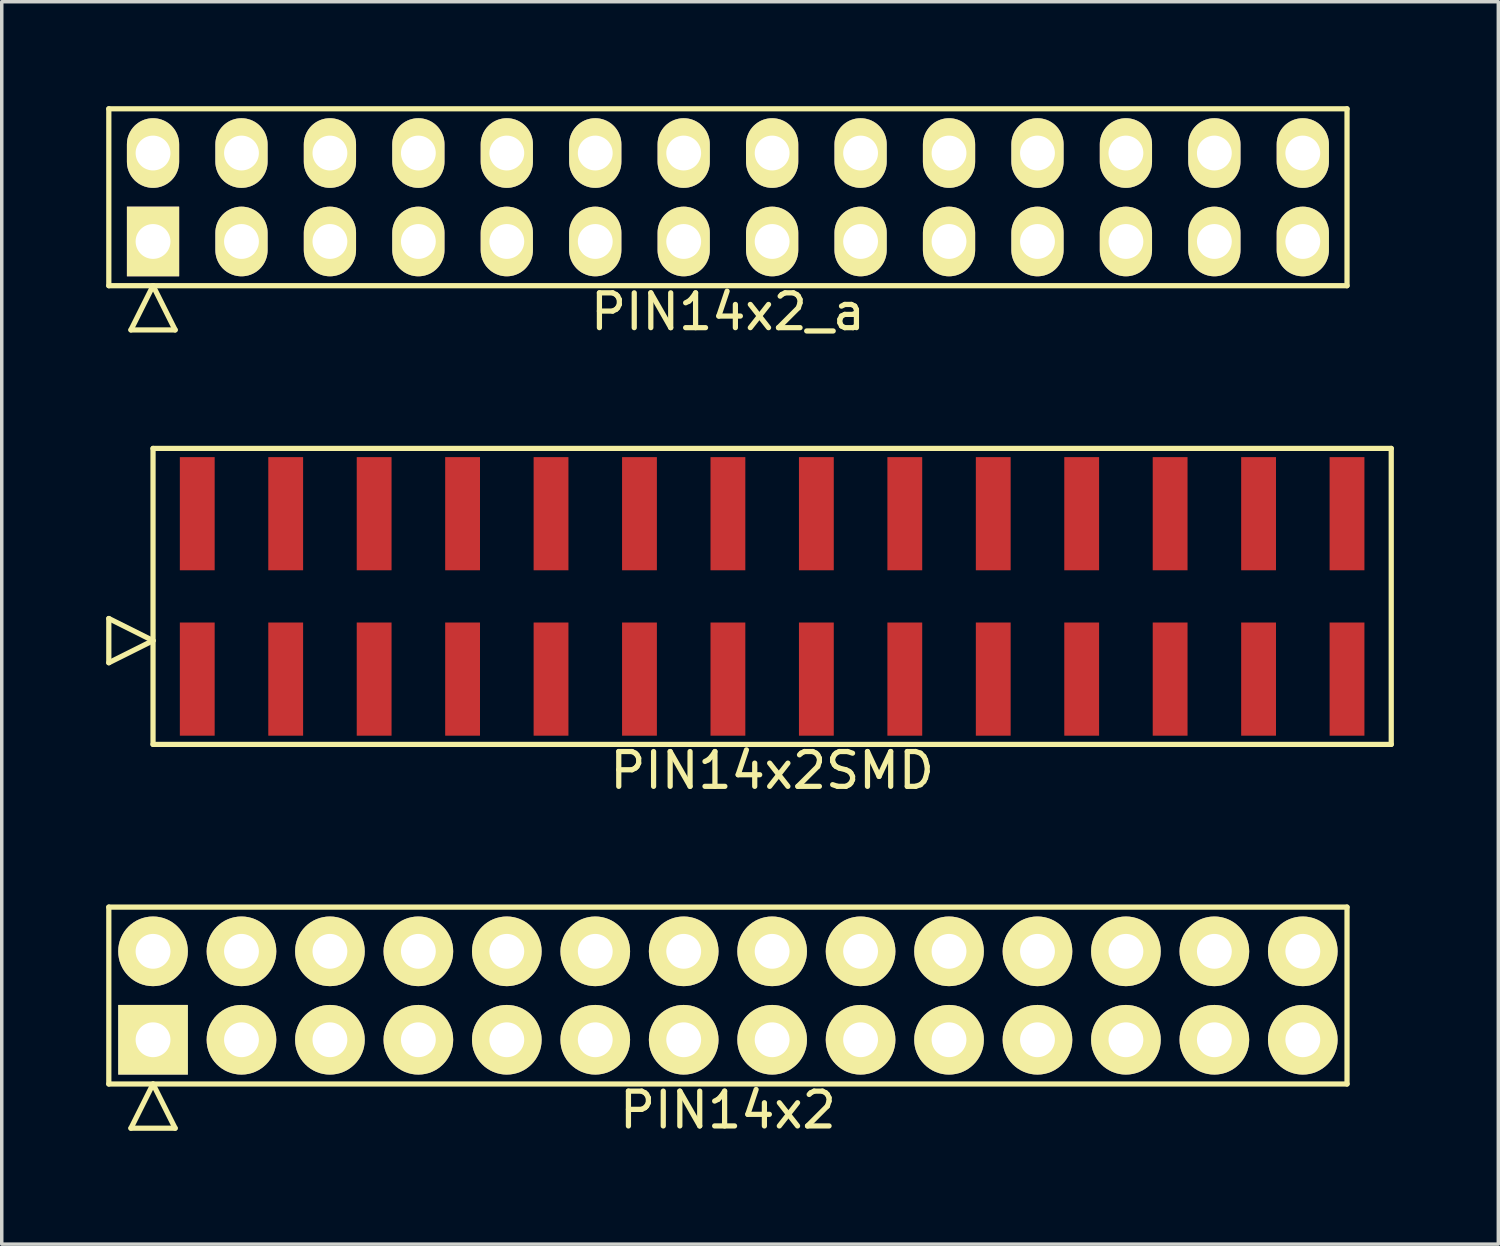
<source format=kicad_pcb>
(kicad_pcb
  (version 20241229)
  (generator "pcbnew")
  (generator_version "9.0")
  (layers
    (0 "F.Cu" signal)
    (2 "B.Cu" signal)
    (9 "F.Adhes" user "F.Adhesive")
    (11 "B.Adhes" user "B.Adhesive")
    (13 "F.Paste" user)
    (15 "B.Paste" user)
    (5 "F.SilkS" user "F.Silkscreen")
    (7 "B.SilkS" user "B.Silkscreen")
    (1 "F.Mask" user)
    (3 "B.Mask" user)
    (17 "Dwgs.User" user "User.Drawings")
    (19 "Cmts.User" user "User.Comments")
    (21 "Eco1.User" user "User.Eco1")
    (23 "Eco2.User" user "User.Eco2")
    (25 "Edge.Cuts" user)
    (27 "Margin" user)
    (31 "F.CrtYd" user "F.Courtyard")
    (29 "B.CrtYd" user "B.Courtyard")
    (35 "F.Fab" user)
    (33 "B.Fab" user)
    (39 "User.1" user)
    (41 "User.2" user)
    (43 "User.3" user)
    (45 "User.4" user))
  (footprint "PIN14x2"
    (layer "F.Cu")
    (at 17.855 25.541)
    (property "Reference" "PIN14x2" (at 0 3.29 0) (layer "F.SilkS") (effects (font (size 1 1) (thickness 0.15))))
    (attr through_hole)
    (fp_line (start -17.78 -2.54) (end -17.78 2.54) (stroke (width 0.15) (type solid)) (layer "F.SilkS"))
    (fp_line (start -17.78 2.54) (end 17.78 2.54) (stroke (width 0.15) (type solid)) (layer "F.SilkS"))
    (fp_line (start -17.145 3.81) (end -16.51 2.54) (stroke (width 0.15) (type solid)) (layer "F.SilkS"))
    (fp_line (start -17.145 3.81) (end -15.875 3.81) (stroke (width 0.15) (type solid)) (layer "F.SilkS"))
    (fp_line (start -15.875 3.81) (end -16.51 2.54) (stroke (width 0.15) (type solid)) (layer "F.SilkS"))
    (fp_line (start 17.78 -2.54) (end -17.78 -2.54) (stroke (width 0.15) (type solid)) (layer "F.SilkS"))
    (fp_line (start 17.78 2.54) (end 17.78 -2.54) (stroke (width 0.15) (type solid)) (layer "F.SilkS"))
    (pad "1" thru_hole rect (at -16.51 1.27) (size 2 2) (drill 1) (layers "*.Cu" "*.Mask" "F.SilkS"))
    (pad "2" thru_hole oval (at -16.51 -1.27) (size 2 2) (drill 1) (layers "*.Cu" "*.Mask" "F.SilkS"))
    (pad "3" thru_hole oval (at -13.97 1.27) (size 2 2) (drill 1) (layers "*.Cu" "*.Mask" "F.SilkS"))
    (pad "4" thru_hole oval (at -13.97 -1.27) (size 2 2) (drill 1) (layers "*.Cu" "*.Mask" "F.SilkS"))
    (pad "5" thru_hole oval (at -11.43 1.27) (size 2 2) (drill 1) (layers "*.Cu" "*.Mask" "F.SilkS"))
    (pad "6" thru_hole oval (at -11.43 -1.27) (size 2 2) (drill 1) (layers "*.Cu" "*.Mask" "F.SilkS"))
    (pad "7" thru_hole oval (at -8.89 1.27) (size 2 2) (drill 1) (layers "*.Cu" "*.Mask" "F.SilkS"))
    (pad "8" thru_hole oval (at -8.89 -1.27) (size 2 2) (drill 1) (layers "*.Cu" "*.Mask" "F.SilkS"))
    (pad "9" thru_hole oval (at -6.35 1.27) (size 2 2) (drill 1) (layers "*.Cu" "*.Mask" "F.SilkS"))
    (pad "10" thru_hole oval (at -6.35 -1.27) (size 2 2) (drill 1) (layers "*.Cu" "*.Mask" "F.SilkS"))
    (pad "11" thru_hole oval (at -3.81 1.27) (size 2 2) (drill 1) (layers "*.Cu" "*.Mask" "F.SilkS"))
    (pad "12" thru_hole oval (at -3.81 -1.27) (size 2 2) (drill 1) (layers "*.Cu" "*.Mask" "F.SilkS"))
    (pad "13" thru_hole oval (at -1.27 1.27) (size 2 2) (drill 1) (layers "*.Cu" "*.Mask" "F.SilkS"))
    (pad "14" thru_hole oval (at -1.27 -1.27) (size 2 2) (drill 1) (layers "*.Cu" "*.Mask" "F.SilkS"))
    (pad "15" thru_hole oval (at 1.27 1.27) (size 2 2) (drill 1) (layers "*.Cu" "*.Mask" "F.SilkS"))
    (pad "16" thru_hole oval (at 1.27 -1.27) (size 2 2) (drill 1) (layers "*.Cu" "*.Mask" "F.SilkS"))
    (pad "17" thru_hole oval (at 3.81 1.27) (size 2 2) (drill 1) (layers "*.Cu" "*.Mask" "F.SilkS"))
    (pad "18" thru_hole oval (at 3.81 -1.27) (size 2 2) (drill 1) (layers "*.Cu" "*.Mask" "F.SilkS"))
    (pad "19" thru_hole oval (at 6.35 1.27) (size 2 2) (drill 1) (layers "*.Cu" "*.Mask" "F.SilkS"))
    (pad "20" thru_hole oval (at 6.35 -1.27) (size 2 2) (drill 1) (layers "*.Cu" "*.Mask" "F.SilkS"))
    (pad "21" thru_hole oval (at 8.89 1.27) (size 2 2) (drill 1) (layers "*.Cu" "*.Mask" "F.SilkS"))
    (pad "22" thru_hole oval (at 8.89 -1.27) (size 2 2) (drill 1) (layers "*.Cu" "*.Mask" "F.SilkS"))
    (pad "23" thru_hole oval (at 11.43 1.27) (size 2 2) (drill 1) (layers "*.Cu" "*.Mask" "F.SilkS"))
    (pad "24" thru_hole oval (at 11.43 -1.27) (size 2 2) (drill 1) (layers "*.Cu" "*.Mask" "F.SilkS"))
    (pad "25" thru_hole oval (at 13.97 1.27) (size 2 2) (drill 1) (layers "*.Cu" "*.Mask" "F.SilkS"))
    (pad "26" thru_hole oval (at 13.97 -1.27) (size 2 2) (drill 1) (layers "*.Cu" "*.Mask" "F.SilkS"))
    (pad "27" thru_hole oval (at 16.51 1.27) (size 2 2) (drill 1) (layers "*.Cu" "*.Mask" "F.SilkS"))
    (pad "28" thru_hole oval (at 16.51 -1.27) (size 2 2) (drill 1) (layers "*.Cu" "*.Mask" "F.SilkS")))
  (footprint "PIN14x2SMD"
    (layer "F.Cu")
    (at 19.125 14.078)
    (property "Reference" "PIN14x2SMD" (at 0 5 0) (layer "F.SilkS") (effects (font (size 1 1) (thickness 0.15))))
    (attr through_hole)
    (fp_line (start -19.05 1.905) (end -19.05 0.635) (stroke (width 0.15) (type solid)) (layer "F.SilkS"))
    (fp_line (start -17.78 -4.25) (end -17.78 4.25) (stroke (width 0.15) (type solid)) (layer "F.SilkS"))
    (fp_line (start -17.78 1.27) (end -19.05 0.635) (stroke (width 0.15) (type solid)) (layer "F.SilkS"))
    (fp_line (start -17.78 1.27) (end -19.05 1.905) (stroke (width 0.15) (type solid)) (layer "F.SilkS"))
    (fp_line (start -17.78 4.25) (end 17.78 4.25) (stroke (width 0.15) (type solid)) (layer "F.SilkS"))
    (fp_line (start 17.78 -4.25) (end -17.78 -4.25) (stroke (width 0.15) (type solid)) (layer "F.SilkS"))
    (fp_line (start 17.78 4.25) (end 17.78 -4.25) (stroke (width 0.15) (type solid)) (layer "F.SilkS"))
    (pad "1" smd rect (at -16.51 2.375) (size 1 3.25) (layers "F.Cu" "F.Mask" "F.Paste"))
    (pad "2" smd rect (at -16.51 -2.375) (size 1 3.25) (layers "F.Cu" "F.Mask" "F.Paste"))
    (pad "3" smd rect (at -13.97 2.375) (size 1 3.25) (layers "F.Cu" "F.Mask" "F.Paste"))
    (pad "4" smd rect (at -13.97 -2.375) (size 1 3.25) (layers "F.Cu" "F.Mask" "F.Paste"))
    (pad "5" smd rect (at -11.43 2.375) (size 1 3.25) (layers "F.Cu" "F.Mask" "F.Paste"))
    (pad "6" smd rect (at -11.43 -2.375) (size 1 3.25) (layers "F.Cu" "F.Mask" "F.Paste"))
    (pad "7" smd rect (at -8.89 2.375) (size 1 3.25) (layers "F.Cu" "F.Mask" "F.Paste"))
    (pad "8" smd rect (at -8.89 -2.375) (size 1 3.25) (layers "F.Cu" "F.Mask" "F.Paste"))
    (pad "9" smd rect (at -6.35 2.375) (size 1 3.25) (layers "F.Cu" "F.Mask" "F.Paste"))
    (pad "10" smd rect (at -6.35 -2.375) (size 1 3.25) (layers "F.Cu" "F.Mask" "F.Paste"))
    (pad "11" smd rect (at -3.81 2.375) (size 1 3.25) (layers "F.Cu" "F.Mask" "F.Paste"))
    (pad "12" smd rect (at -3.81 -2.375) (size 1 3.25) (layers "F.Cu" "F.Mask" "F.Paste"))
    (pad "13" smd rect (at -1.27 2.375) (size 1 3.25) (layers "F.Cu" "F.Mask" "F.Paste"))
    (pad "14" smd rect (at -1.27 -2.375) (size 1 3.25) (layers "F.Cu" "F.Mask" "F.Paste"))
    (pad "15" smd rect (at 1.27 2.375) (size 1 3.25) (layers "F.Cu" "F.Mask" "F.Paste"))
    (pad "16" smd rect (at 1.27 -2.375) (size 1 3.25) (layers "F.Cu" "F.Mask" "F.Paste"))
    (pad "17" smd rect (at 3.81 2.375) (size 1 3.25) (layers "F.Cu" "F.Mask" "F.Paste"))
    (pad "18" smd rect (at 3.81 -2.375) (size 1 3.25) (layers "F.Cu" "F.Mask" "F.Paste"))
    (pad "19" smd rect (at 6.35 2.375) (size 1 3.25) (layers "F.Cu" "F.Mask" "F.Paste"))
    (pad "20" smd rect (at 6.35 -2.375) (size 1 3.25) (layers "F.Cu" "F.Mask" "F.Paste"))
    (pad "21" smd rect (at 8.89 2.375) (size 1 3.25) (layers "F.Cu" "F.Mask" "F.Paste"))
    (pad "22" smd rect (at 8.89 -2.375) (size 1 3.25) (layers "F.Cu" "F.Mask" "F.Paste"))
    (pad "23" smd rect (at 11.43 2.375) (size 1 3.25) (layers "F.Cu" "F.Mask" "F.Paste"))
    (pad "24" smd rect (at 11.43 -2.375) (size 1 3.25) (layers "F.Cu" "F.Mask" "F.Paste"))
    (pad "25" smd rect (at 13.97 2.375) (size 1 3.25) (layers "F.Cu" "F.Mask" "F.Paste"))
    (pad "26" smd rect (at 13.97 -2.375) (size 1 3.25) (layers "F.Cu" "F.Mask" "F.Paste"))
    (pad "27" smd rect (at 16.51 2.375) (size 1 3.25) (layers "F.Cu" "F.Mask" "F.Paste"))
    (pad "28" smd rect (at 16.51 -2.375) (size 1 3.25) (layers "F.Cu" "F.Mask" "F.Paste")))
  (footprint "PIN14x2_a"
    (layer "F.Cu")
    (at 17.855 2.615)
    (property "Reference" "PIN14x2_a" (at 0 3.29 0) (layer "F.SilkS") (effects (font (size 1 1) (thickness 0.15))))
    (attr through_hole)
    (fp_line (start -17.78 -2.54) (end -17.78 2.54) (stroke (width 0.15) (type solid)) (layer "F.SilkS"))
    (fp_line (start -17.78 2.54) (end 17.78 2.54) (stroke (width 0.15) (type solid)) (layer "F.SilkS"))
    (fp_line (start -17.145 3.81) (end -16.51 2.54) (stroke (width 0.15) (type solid)) (layer "F.SilkS"))
    (fp_line (start -17.145 3.81) (end -15.875 3.81) (stroke (width 0.15) (type solid)) (layer "F.SilkS"))
    (fp_line (start -15.875 3.81) (end -16.51 2.54) (stroke (width 0.15) (type solid)) (layer "F.SilkS"))
    (fp_line (start 17.78 -2.54) (end -17.78 -2.54) (stroke (width 0.15) (type solid)) (layer "F.SilkS"))
    (fp_line (start 17.78 2.54) (end 17.78 -2.54) (stroke (width 0.15) (type solid)) (layer "F.SilkS"))
    (pad "1" thru_hole rect (at -16.51 1.27) (size 1.5 2) (drill 1) (layers "*.Cu" "*.Mask" "F.SilkS"))
    (pad "2" thru_hole oval (at -16.51 -1.27) (size 1.5 2) (drill 1) (layers "*.Cu" "*.Mask" "F.SilkS"))
    (pad "3" thru_hole oval (at -13.97 1.27) (size 1.5 2) (drill 1) (layers "*.Cu" "*.Mask" "F.SilkS"))
    (pad "4" thru_hole oval (at -13.97 -1.27) (size 1.5 2) (drill 1) (layers "*.Cu" "*.Mask" "F.SilkS"))
    (pad "5" thru_hole oval (at -11.43 1.27) (size 1.5 2) (drill 1) (layers "*.Cu" "*.Mask" "F.SilkS"))
    (pad "6" thru_hole oval (at -11.43 -1.27) (size 1.5 2) (drill 1) (layers "*.Cu" "*.Mask" "F.SilkS"))
    (pad "7" thru_hole oval (at -8.89 1.27) (size 1.5 2) (drill 1) (layers "*.Cu" "*.Mask" "F.SilkS"))
    (pad "8" thru_hole oval (at -8.89 -1.27) (size 1.5 2) (drill 1) (layers "*.Cu" "*.Mask" "F.SilkS"))
    (pad "9" thru_hole oval (at -6.35 1.27) (size 1.5 2) (drill 1) (layers "*.Cu" "*.Mask" "F.SilkS"))
    (pad "10" thru_hole oval (at -6.35 -1.27) (size 1.5 2) (drill 1) (layers "*.Cu" "*.Mask" "F.SilkS"))
    (pad "11" thru_hole oval (at -3.81 1.27) (size 1.5 2) (drill 1) (layers "*.Cu" "*.Mask" "F.SilkS"))
    (pad "12" thru_hole oval (at -3.81 -1.27) (size 1.5 2) (drill 1) (layers "*.Cu" "*.Mask" "F.SilkS"))
    (pad "13" thru_hole oval (at -1.27 1.27) (size 1.5 2) (drill 1) (layers "*.Cu" "*.Mask" "F.SilkS"))
    (pad "14" thru_hole oval (at -1.27 -1.27) (size 1.5 2) (drill 1) (layers "*.Cu" "*.Mask" "F.SilkS"))
    (pad "15" thru_hole oval (at 1.27 1.27) (size 1.5 2) (drill 1) (layers "*.Cu" "*.Mask" "F.SilkS"))
    (pad "16" thru_hole oval (at 1.27 -1.27) (size 1.5 2) (drill 1) (layers "*.Cu" "*.Mask" "F.SilkS"))
    (pad "17" thru_hole oval (at 3.81 1.27) (size 1.5 2) (drill 1) (layers "*.Cu" "*.Mask" "F.SilkS"))
    (pad "18" thru_hole oval (at 3.81 -1.27) (size 1.5 2) (drill 1) (layers "*.Cu" "*.Mask" "F.SilkS"))
    (pad "19" thru_hole oval (at 6.35 1.27) (size 1.5 2) (drill 1) (layers "*.Cu" "*.Mask" "F.SilkS"))
    (pad "20" thru_hole oval (at 6.35 -1.27) (size 1.5 2) (drill 1) (layers "*.Cu" "*.Mask" "F.SilkS"))
    (pad "21" thru_hole oval (at 8.89 1.27) (size 1.5 2) (drill 1) (layers "*.Cu" "*.Mask" "F.SilkS"))
    (pad "22" thru_hole oval (at 8.89 -1.27) (size 1.5 2) (drill 1) (layers "*.Cu" "*.Mask" "F.SilkS"))
    (pad "23" thru_hole oval (at 11.43 1.27) (size 1.5 2) (drill 1) (layers "*.Cu" "*.Mask" "F.SilkS"))
    (pad "24" thru_hole oval (at 11.43 -1.27) (size 1.5 2) (drill 1) (layers "*.Cu" "*.Mask" "F.SilkS"))
    (pad "25" thru_hole oval (at 13.97 1.27) (size 1.5 2) (drill 1) (layers "*.Cu" "*.Mask" "F.SilkS"))
    (pad "26" thru_hole oval (at 13.97 -1.27) (size 1.5 2) (drill 1) (layers "*.Cu" "*.Mask" "F.SilkS"))
    (pad "27" thru_hole oval (at 16.51 1.27) (size 1.5 2) (drill 1) (layers "*.Cu" "*.Mask" "F.SilkS"))
    (pad "28" thru_hole oval (at 16.51 -1.27) (size 1.5 2) (drill 1) (layers "*.Cu" "*.Mask" "F.SilkS")))
  (gr_rect
    (start -3 -3)
    (end 39.98 32.68)
    (stroke (width 0.1) (type default))
    (fill no)
    (layer "Edge.Cuts")))
</source>
